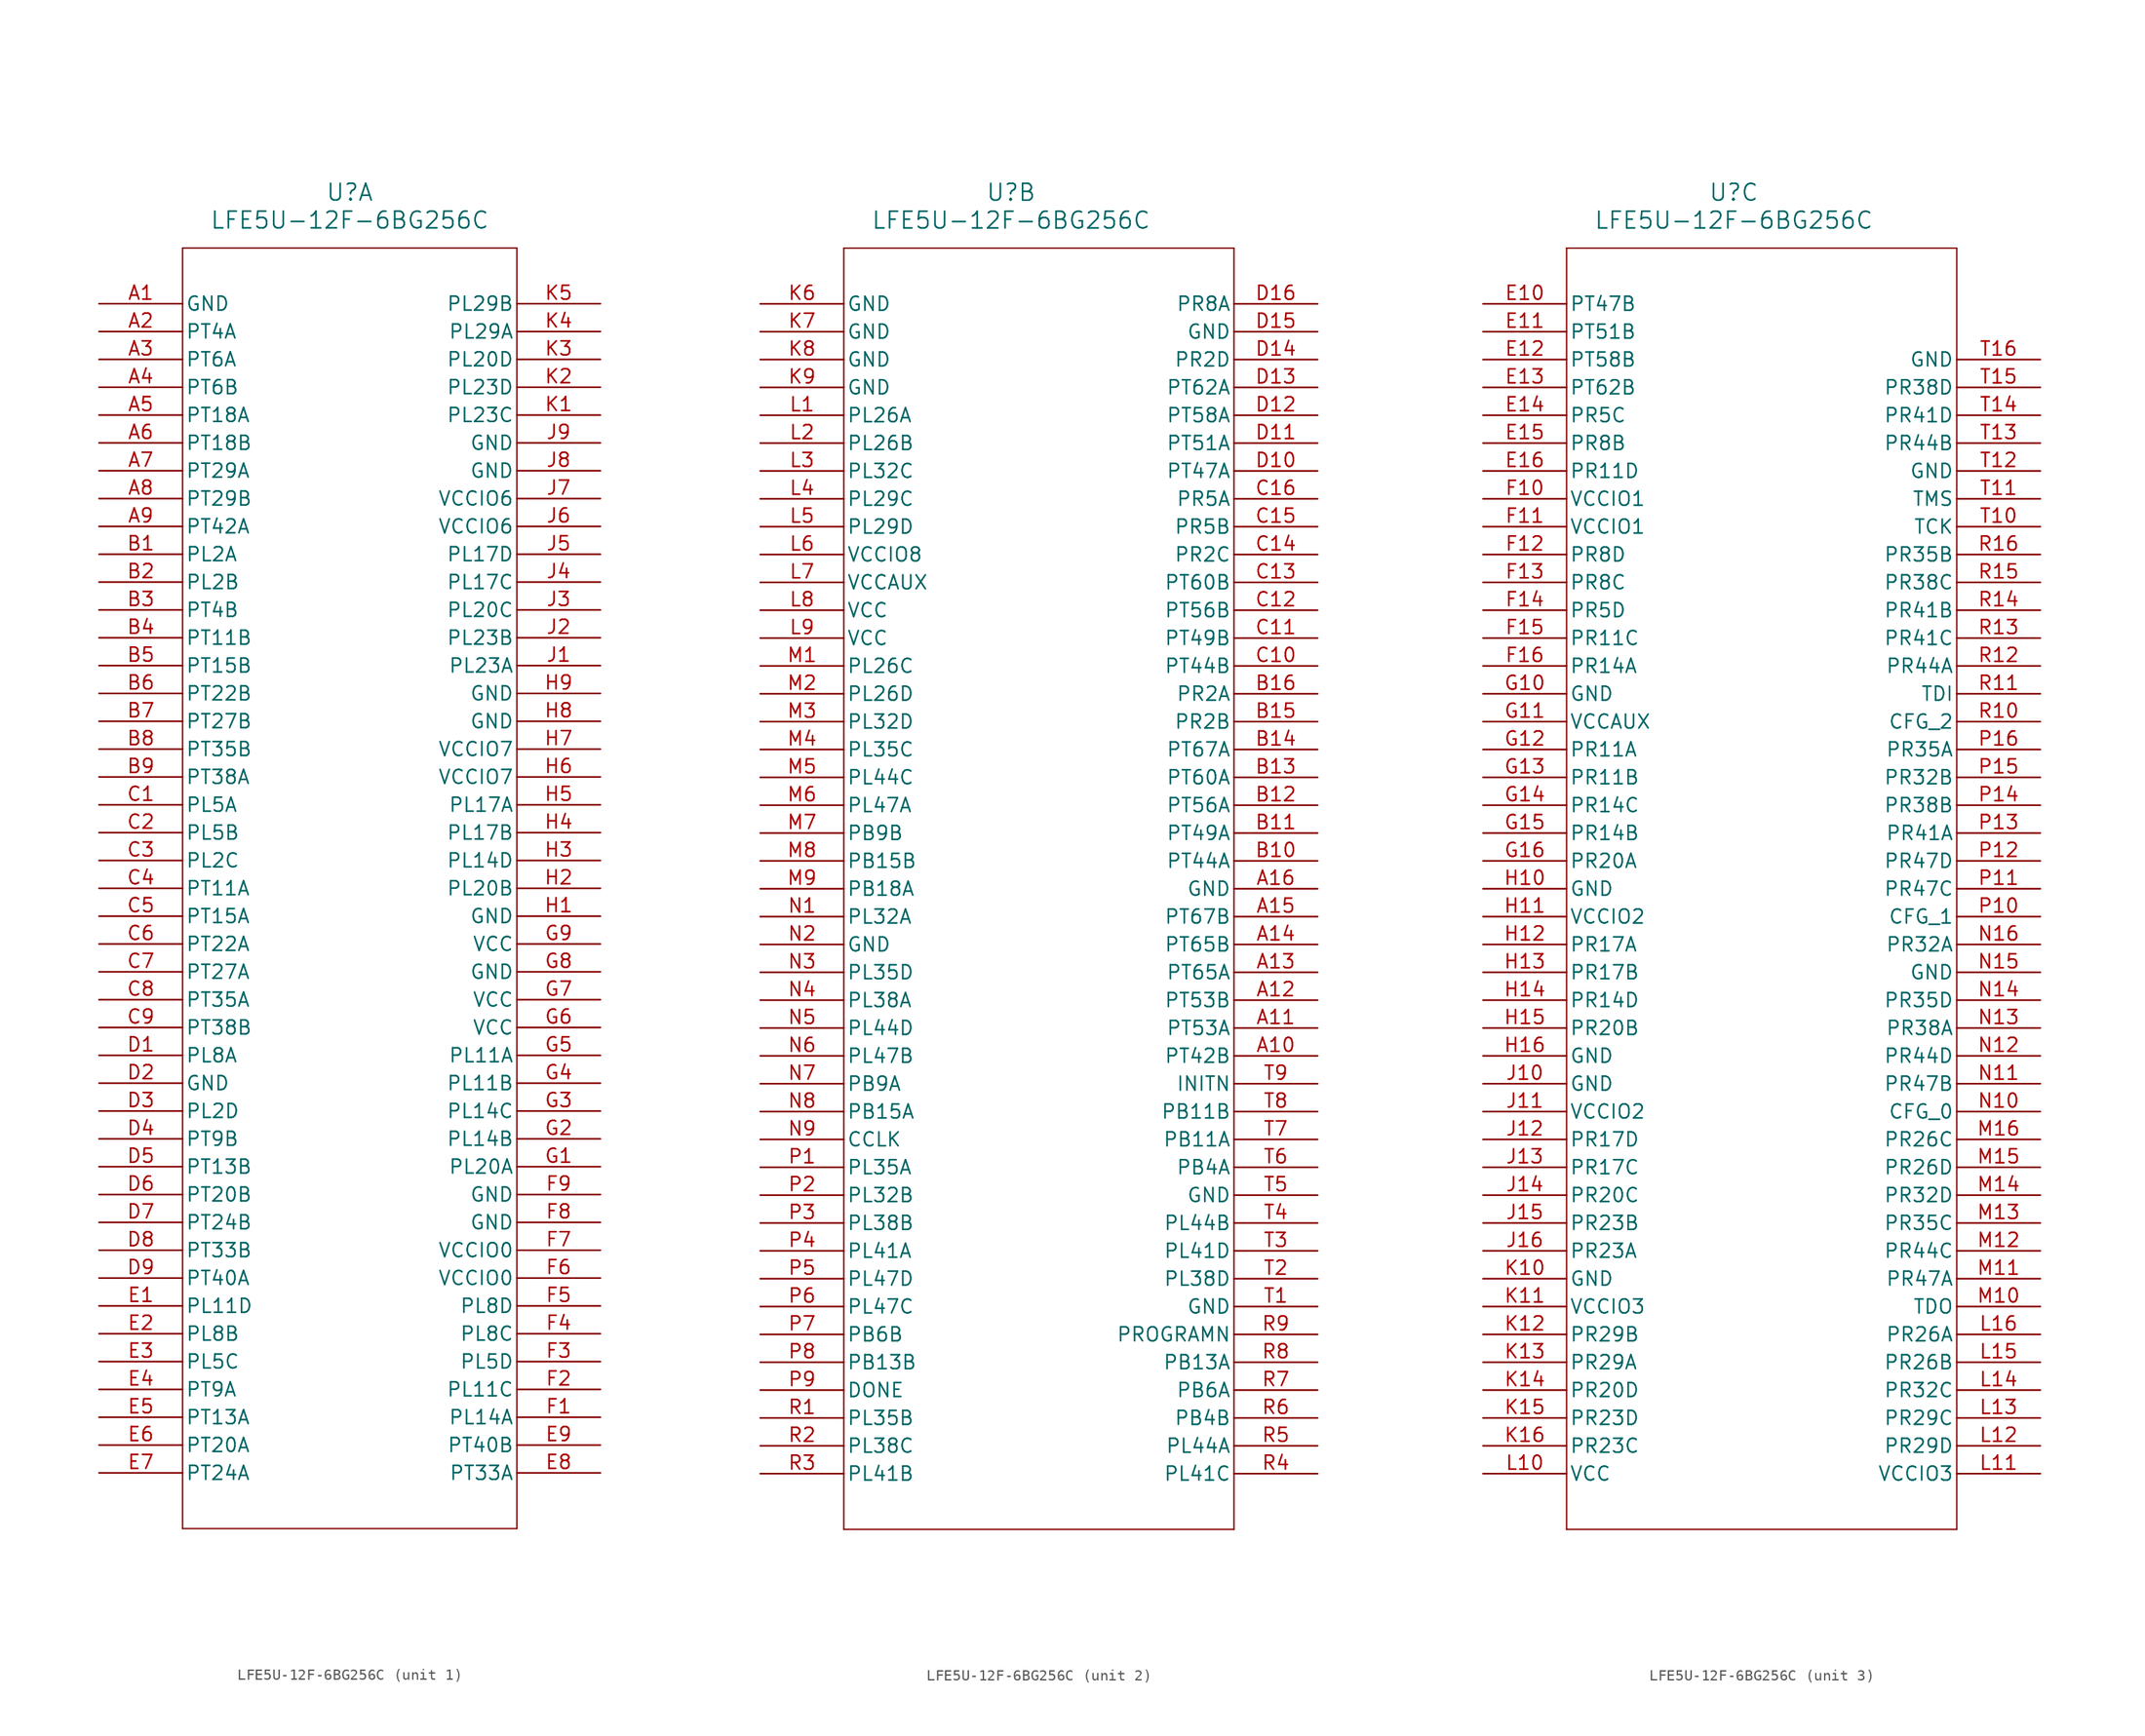
<source format=kicad_sym>
(kicad_symbol_lib
  (version 20220914)
  (generator kicad_symbol_editor)
  (symbol "LFE5U-12F-6BG256C"
    (pin_names
      (offset 0.254))
    (property "Reference" "U"
      (at 22.86 10.16 0)
      (effects (font (size 1.524 1.524))))
    (property "Value" "LFE5U-12F-6BG256C"
      (at 22.86 7.62 0)
      (effects (font (size 1.524 1.524))))
    (property "ki_locked" ""
      (at 0 0 0)
      (effects (font (size 1.27 1.27))))
    (symbol "LFE5U-12F-6BG256C_1_1"
      (polyline (pts (xy 7.62 -111.76) (xy 38.1 -111.76)) (stroke (width 0.127) (type default)) (fill (type none)))
      (polyline (pts (xy 7.62 5.08) (xy 7.62 -111.76)) (stroke (width 0.127) (type default)) (fill (type none)))
      (polyline (pts (xy 38.1 -111.76) (xy 38.1 5.08)) (stroke (width 0.127) (type default)) (fill (type none)))
      (polyline (pts (xy 38.1 5.08) (xy 7.62 5.08)) (stroke (width 0.127) (type default)) (fill (type none)))
      (pin power_out line (at 0 0 0) (length 7.62) (name "GND" (effects (font (size 1.27 1.27)))) (number "A1" (effects (font (size 1.27 1.27)))))
      (pin bidirectional line (at 0 -2.54 0) (length 7.62) (name "PT4A" (effects (font (size 1.27 1.27)))) (number "A2" (effects (font (size 1.27 1.27)))))
      (pin bidirectional line (at 0 -5.08 0) (length 7.62) (name "PT6A" (effects (font (size 1.27 1.27)))) (number "A3" (effects (font (size 1.27 1.27)))))
      (pin bidirectional line (at 0 -7.62 0) (length 7.62) (name "PT6B" (effects (font (size 1.27 1.27)))) (number "A4" (effects (font (size 1.27 1.27)))))
      (pin bidirectional line (at 0 -10.16 0) (length 7.62) (name "PT18A" (effects (font (size 1.27 1.27)))) (number "A5" (effects (font (size 1.27 1.27)))))
      (pin bidirectional line (at 0 -12.7 0) (length 7.62) (name "PT18B" (effects (font (size 1.27 1.27)))) (number "A6" (effects (font (size 1.27 1.27)))))
      (pin bidirectional line (at 0 -15.24 0) (length 7.62) (name "PT29A" (effects (font (size 1.27 1.27)))) (number "A7" (effects (font (size 1.27 1.27)))))
      (pin bidirectional line (at 0 -17.78 0) (length 7.62) (name "PT29B" (effects (font (size 1.27 1.27)))) (number "A8" (effects (font (size 1.27 1.27)))))
      (pin bidirectional line (at 0 -20.32 0) (length 7.62) (name "PT42A" (effects (font (size 1.27 1.27)))) (number "A9" (effects (font (size 1.27 1.27)))))
      (pin bidirectional line (at 0 -22.86 0) (length 7.62) (name "PL2A" (effects (font (size 1.27 1.27)))) (number "B1" (effects (font (size 1.27 1.27)))))
      (pin bidirectional line (at 0 -25.4 0) (length 7.62) (name "PL2B" (effects (font (size 1.27 1.27)))) (number "B2" (effects (font (size 1.27 1.27)))))
      (pin bidirectional line (at 0 -27.94 0) (length 7.62) (name "PT4B" (effects (font (size 1.27 1.27)))) (number "B3" (effects (font (size 1.27 1.27)))))
      (pin bidirectional line (at 0 -30.48 0) (length 7.62) (name "PT11B" (effects (font (size 1.27 1.27)))) (number "B4" (effects (font (size 1.27 1.27)))))
      (pin bidirectional line (at 0 -33.02 0) (length 7.62) (name "PT15B" (effects (font (size 1.27 1.27)))) (number "B5" (effects (font (size 1.27 1.27)))))
      (pin bidirectional line (at 0 -35.56 0) (length 7.62) (name "PT22B" (effects (font (size 1.27 1.27)))) (number "B6" (effects (font (size 1.27 1.27)))))
      (pin bidirectional line (at 0 -38.1 0) (length 7.62) (name "PT27B" (effects (font (size 1.27 1.27)))) (number "B7" (effects (font (size 1.27 1.27)))))
      (pin bidirectional line (at 0 -40.64 0) (length 7.62) (name "PT35B" (effects (font (size 1.27 1.27)))) (number "B8" (effects (font (size 1.27 1.27)))))
      (pin bidirectional line (at 0 -43.18 0) (length 7.62) (name "PT38A" (effects (font (size 1.27 1.27)))) (number "B9" (effects (font (size 1.27 1.27)))))
      (pin bidirectional line (at 0 -45.72 0) (length 7.62) (name "PL5A" (effects (font (size 1.27 1.27)))) (number "C1" (effects (font (size 1.27 1.27)))))
      (pin bidirectional line (at 0 -48.26 0) (length 7.62) (name "PL5B" (effects (font (size 1.27 1.27)))) (number "C2" (effects (font (size 1.27 1.27)))))
      (pin bidirectional line (at 0 -50.8 0) (length 7.62) (name "PL2C" (effects (font (size 1.27 1.27)))) (number "C3" (effects (font (size 1.27 1.27)))))
      (pin bidirectional line (at 0 -53.34 0) (length 7.62) (name "PT11A" (effects (font (size 1.27 1.27)))) (number "C4" (effects (font (size 1.27 1.27)))))
      (pin bidirectional line (at 0 -55.88 0) (length 7.62) (name "PT15A" (effects (font (size 1.27 1.27)))) (number "C5" (effects (font (size 1.27 1.27)))))
      (pin bidirectional line (at 0 -58.42 0) (length 7.62) (name "PT22A" (effects (font (size 1.27 1.27)))) (number "C6" (effects (font (size 1.27 1.27)))))
      (pin bidirectional line (at 0 -60.96 0) (length 7.62) (name "PT27A" (effects (font (size 1.27 1.27)))) (number "C7" (effects (font (size 1.27 1.27)))))
      (pin bidirectional line (at 0 -63.5 0) (length 7.62) (name "PT35A" (effects (font (size 1.27 1.27)))) (number "C8" (effects (font (size 1.27 1.27)))))
      (pin bidirectional line (at 0 -66.04 0) (length 7.62) (name "PT38B" (effects (font (size 1.27 1.27)))) (number "C9" (effects (font (size 1.27 1.27)))))
      (pin bidirectional line (at 0 -68.58 0) (length 7.62) (name "PL8A" (effects (font (size 1.27 1.27)))) (number "D1" (effects (font (size 1.27 1.27)))))
      (pin power_out line (at 0 -71.12 0) (length 7.62) (name "GND" (effects (font (size 1.27 1.27)))) (number "D2" (effects (font (size 1.27 1.27)))))
      (pin bidirectional line (at 0 -73.66 0) (length 7.62) (name "PL2D" (effects (font (size 1.27 1.27)))) (number "D3" (effects (font (size 1.27 1.27)))))
      (pin bidirectional line (at 0 -76.2 0) (length 7.62) (name "PT9B" (effects (font (size 1.27 1.27)))) (number "D4" (effects (font (size 1.27 1.27)))))
      (pin bidirectional line (at 0 -78.74 0) (length 7.62) (name "PT13B" (effects (font (size 1.27 1.27)))) (number "D5" (effects (font (size 1.27 1.27)))))
      (pin bidirectional line (at 0 -81.28 0) (length 7.62) (name "PT20B" (effects (font (size 1.27 1.27)))) (number "D6" (effects (font (size 1.27 1.27)))))
      (pin bidirectional line (at 0 -83.82 0) (length 7.62) (name "PT24B" (effects (font (size 1.27 1.27)))) (number "D7" (effects (font (size 1.27 1.27)))))
      (pin bidirectional line (at 0 -86.36 0) (length 7.62) (name "PT33B" (effects (font (size 1.27 1.27)))) (number "D8" (effects (font (size 1.27 1.27)))))
      (pin bidirectional line (at 0 -88.9 0) (length 7.62) (name "PT40A" (effects (font (size 1.27 1.27)))) (number "D9" (effects (font (size 1.27 1.27)))))
      (pin bidirectional line (at 0 -91.44 0) (length 7.62) (name "PL11D" (effects (font (size 1.27 1.27)))) (number "E1" (effects (font (size 1.27 1.27)))))
      (pin bidirectional line (at 0 -93.98 0) (length 7.62) (name "PL8B" (effects (font (size 1.27 1.27)))) (number "E2" (effects (font (size 1.27 1.27)))))
      (pin bidirectional line (at 0 -96.52 0) (length 7.62) (name "PL5C" (effects (font (size 1.27 1.27)))) (number "E3" (effects (font (size 1.27 1.27)))))
      (pin bidirectional line (at 0 -99.06 0) (length 7.62) (name "PT9A" (effects (font (size 1.27 1.27)))) (number "E4" (effects (font (size 1.27 1.27)))))
      (pin bidirectional line (at 0 -101.6 0) (length 7.62) (name "PT13A" (effects (font (size 1.27 1.27)))) (number "E5" (effects (font (size 1.27 1.27)))))
      (pin bidirectional line (at 0 -104.14 0) (length 7.62) (name "PT20A" (effects (font (size 1.27 1.27)))) (number "E6" (effects (font (size 1.27 1.27)))))
      (pin bidirectional line (at 0 -106.68 0) (length 7.62) (name "PT24A" (effects (font (size 1.27 1.27)))) (number "E7" (effects (font (size 1.27 1.27)))))
      (pin bidirectional line (at 45.72 -106.68 180) (length 7.62) (name "PT33A" (effects (font (size 1.27 1.27)))) (number "E8" (effects (font (size 1.27 1.27)))))
      (pin bidirectional line (at 45.72 -104.14 180) (length 7.62) (name "PT40B" (effects (font (size 1.27 1.27)))) (number "E9" (effects (font (size 1.27 1.27)))))
      (pin bidirectional line (at 45.72 -101.6 180) (length 7.62) (name "PL14A" (effects (font (size 1.27 1.27)))) (number "F1" (effects (font (size 1.27 1.27)))))
      (pin bidirectional line (at 45.72 -99.06 180) (length 7.62) (name "PL11C" (effects (font (size 1.27 1.27)))) (number "F2" (effects (font (size 1.27 1.27)))))
      (pin bidirectional line (at 45.72 -96.52 180) (length 7.62) (name "PL5D" (effects (font (size 1.27 1.27)))) (number "F3" (effects (font (size 1.27 1.27)))))
      (pin bidirectional line (at 45.72 -93.98 180) (length 7.62) (name "PL8C" (effects (font (size 1.27 1.27)))) (number "F4" (effects (font (size 1.27 1.27)))))
      (pin bidirectional line (at 45.72 -91.44 180) (length 7.62) (name "PL8D" (effects (font (size 1.27 1.27)))) (number "F5" (effects (font (size 1.27 1.27)))))
      (pin power_in line (at 45.72 -88.9 180) (length 7.62) (name "VCCIO0" (effects (font (size 1.27 1.27)))) (number "F6" (effects (font (size 1.27 1.27)))))
      (pin power_in line (at 45.72 -86.36 180) (length 7.62) (name "VCCIO0" (effects (font (size 1.27 1.27)))) (number "F7" (effects (font (size 1.27 1.27)))))
      (pin power_out line (at 45.72 -83.82 180) (length 7.62) (name "GND" (effects (font (size 1.27 1.27)))) (number "F8" (effects (font (size 1.27 1.27)))))
      (pin power_out line (at 45.72 -81.28 180) (length 7.62) (name "GND" (effects (font (size 1.27 1.27)))) (number "F9" (effects (font (size 1.27 1.27)))))
      (pin bidirectional line (at 45.72 -78.74 180) (length 7.62) (name "PL20A" (effects (font (size 1.27 1.27)))) (number "G1" (effects (font (size 1.27 1.27)))))
      (pin bidirectional line (at 45.72 -76.2 180) (length 7.62) (name "PL14B" (effects (font (size 1.27 1.27)))) (number "G2" (effects (font (size 1.27 1.27)))))
      (pin bidirectional line (at 45.72 -73.66 180) (length 7.62) (name "PL14C" (effects (font (size 1.27 1.27)))) (number "G3" (effects (font (size 1.27 1.27)))))
      (pin bidirectional line (at 45.72 -71.12 180) (length 7.62) (name "PL11B" (effects (font (size 1.27 1.27)))) (number "G4" (effects (font (size 1.27 1.27)))))
      (pin bidirectional line (at 45.72 -68.58 180) (length 7.62) (name "PL11A" (effects (font (size 1.27 1.27)))) (number "G5" (effects (font (size 1.27 1.27)))))
      (pin power_in line (at 45.72 -66.04 180) (length 7.62) (name "VCC" (effects (font (size 1.27 1.27)))) (number "G6" (effects (font (size 1.27 1.27)))))
      (pin power_in line (at 45.72 -63.5 180) (length 7.62) (name "VCC" (effects (font (size 1.27 1.27)))) (number "G7" (effects (font (size 1.27 1.27)))))
      (pin power_out line (at 45.72 -60.96 180) (length 7.62) (name "GND" (effects (font (size 1.27 1.27)))) (number "G8" (effects (font (size 1.27 1.27)))))
      (pin power_in line (at 45.72 -58.42 180) (length 7.62) (name "VCC" (effects (font (size 1.27 1.27)))) (number "G9" (effects (font (size 1.27 1.27)))))
      (pin power_out line (at 45.72 -55.88 180) (length 7.62) (name "GND" (effects (font (size 1.27 1.27)))) (number "H1" (effects (font (size 1.27 1.27)))))
      (pin bidirectional line (at 45.72 -53.34 180) (length 7.62) (name "PL20B" (effects (font (size 1.27 1.27)))) (number "H2" (effects (font (size 1.27 1.27)))))
      (pin bidirectional line (at 45.72 -50.8 180) (length 7.62) (name "PL14D" (effects (font (size 1.27 1.27)))) (number "H3" (effects (font (size 1.27 1.27)))))
      (pin bidirectional line (at 45.72 -48.26 180) (length 7.62) (name "PL17B" (effects (font (size 1.27 1.27)))) (number "H4" (effects (font (size 1.27 1.27)))))
      (pin bidirectional line (at 45.72 -45.72 180) (length 7.62) (name "PL17A" (effects (font (size 1.27 1.27)))) (number "H5" (effects (font (size 1.27 1.27)))))
      (pin power_in line (at 45.72 -43.18 180) (length 7.62) (name "VCCIO7" (effects (font (size 1.27 1.27)))) (number "H6" (effects (font (size 1.27 1.27)))))
      (pin power_in line (at 45.72 -40.64 180) (length 7.62) (name "VCCIO7" (effects (font (size 1.27 1.27)))) (number "H7" (effects (font (size 1.27 1.27)))))
      (pin power_out line (at 45.72 -38.1 180) (length 7.62) (name "GND" (effects (font (size 1.27 1.27)))) (number "H8" (effects (font (size 1.27 1.27)))))
      (pin power_out line (at 45.72 -35.56 180) (length 7.62) (name "GND" (effects (font (size 1.27 1.27)))) (number "H9" (effects (font (size 1.27 1.27)))))
      (pin bidirectional line (at 45.72 -33.02 180) (length 7.62) (name "PL23A" (effects (font (size 1.27 1.27)))) (number "J1" (effects (font (size 1.27 1.27)))))
      (pin bidirectional line (at 45.72 -30.48 180) (length 7.62) (name "PL23B" (effects (font (size 1.27 1.27)))) (number "J2" (effects (font (size 1.27 1.27)))))
      (pin bidirectional line (at 45.72 -27.94 180) (length 7.62) (name "PL20C" (effects (font (size 1.27 1.27)))) (number "J3" (effects (font (size 1.27 1.27)))))
      (pin bidirectional line (at 45.72 -25.4 180) (length 7.62) (name "PL17C" (effects (font (size 1.27 1.27)))) (number "J4" (effects (font (size 1.27 1.27)))))
      (pin bidirectional line (at 45.72 -22.86 180) (length 7.62) (name "PL17D" (effects (font (size 1.27 1.27)))) (number "J5" (effects (font (size 1.27 1.27)))))
      (pin power_in line (at 45.72 -20.32 180) (length 7.62) (name "VCCIO6" (effects (font (size 1.27 1.27)))) (number "J6" (effects (font (size 1.27 1.27)))))
      (pin power_in line (at 45.72 -17.78 180) (length 7.62) (name "VCCIO6" (effects (font (size 1.27 1.27)))) (number "J7" (effects (font (size 1.27 1.27)))))
      (pin power_out line (at 45.72 -15.24 180) (length 7.62) (name "GND" (effects (font (size 1.27 1.27)))) (number "J8" (effects (font (size 1.27 1.27)))))
      (pin power_out line (at 45.72 -12.7 180) (length 7.62) (name "GND" (effects (font (size 1.27 1.27)))) (number "J9" (effects (font (size 1.27 1.27)))))
      (pin bidirectional line (at 45.72 -10.16 180) (length 7.62) (name "PL23C" (effects (font (size 1.27 1.27)))) (number "K1" (effects (font (size 1.27 1.27)))))
      (pin bidirectional line (at 45.72 -7.62 180) (length 7.62) (name "PL23D" (effects (font (size 1.27 1.27)))) (number "K2" (effects (font (size 1.27 1.27)))))
      (pin bidirectional line (at 45.72 -5.08 180) (length 7.62) (name "PL20D" (effects (font (size 1.27 1.27)))) (number "K3" (effects (font (size 1.27 1.27)))))
      (pin bidirectional line (at 45.72 -2.54 180) (length 7.62) (name "PL29A" (effects (font (size 1.27 1.27)))) (number "K4" (effects (font (size 1.27 1.27)))))
      (pin bidirectional line (at 45.72 0 180) (length 7.62) (name "PL29B" (effects (font (size 1.27 1.27)))) (number "K5" (effects (font (size 1.27 1.27))))))
    (symbol "LFE5U-12F-6BG256C_2_1"
      (polyline (pts (xy 7.62 -111.76) (xy 43.18 -111.76)) (stroke (width 0.127) (type default)) (fill (type none)))
      (polyline (pts (xy 7.62 5.08) (xy 7.62 -111.76)) (stroke (width 0.127) (type default)) (fill (type none)))
      (polyline (pts (xy 43.18 -111.76) (xy 43.18 5.08)) (stroke (width 0.127) (type default)) (fill (type none)))
      (polyline (pts (xy 43.18 5.08) (xy 7.62 5.08)) (stroke (width 0.127) (type default)) (fill (type none)))
      (pin bidirectional line (at 50.8 -68.58 180) (length 7.62) (name "PT42B" (effects (font (size 1.27 1.27)))) (number "A10" (effects (font (size 1.27 1.27)))))
      (pin bidirectional line (at 50.8 -66.04 180) (length 7.62) (name "PT53A" (effects (font (size 1.27 1.27)))) (number "A11" (effects (font (size 1.27 1.27)))))
      (pin bidirectional line (at 50.8 -63.5 180) (length 7.62) (name "PT53B" (effects (font (size 1.27 1.27)))) (number "A12" (effects (font (size 1.27 1.27)))))
      (pin bidirectional line (at 50.8 -60.96 180) (length 7.62) (name "PT65A" (effects (font (size 1.27 1.27)))) (number "A13" (effects (font (size 1.27 1.27)))))
      (pin bidirectional line (at 50.8 -58.42 180) (length 7.62) (name "PT65B" (effects (font (size 1.27 1.27)))) (number "A14" (effects (font (size 1.27 1.27)))))
      (pin bidirectional line (at 50.8 -55.88 180) (length 7.62) (name "PT67B" (effects (font (size 1.27 1.27)))) (number "A15" (effects (font (size 1.27 1.27)))))
      (pin power_out line (at 50.8 -53.34 180) (length 7.62) (name "GND" (effects (font (size 1.27 1.27)))) (number "A16" (effects (font (size 1.27 1.27)))))
      (pin bidirectional line (at 50.8 -50.8 180) (length 7.62) (name "PT44A" (effects (font (size 1.27 1.27)))) (number "B10" (effects (font (size 1.27 1.27)))))
      (pin bidirectional line (at 50.8 -48.26 180) (length 7.62) (name "PT49A" (effects (font (size 1.27 1.27)))) (number "B11" (effects (font (size 1.27 1.27)))))
      (pin bidirectional line (at 50.8 -45.72 180) (length 7.62) (name "PT56A" (effects (font (size 1.27 1.27)))) (number "B12" (effects (font (size 1.27 1.27)))))
      (pin bidirectional line (at 50.8 -43.18 180) (length 7.62) (name "PT60A" (effects (font (size 1.27 1.27)))) (number "B13" (effects (font (size 1.27 1.27)))))
      (pin bidirectional line (at 50.8 -40.64 180) (length 7.62) (name "PT67A" (effects (font (size 1.27 1.27)))) (number "B14" (effects (font (size 1.27 1.27)))))
      (pin bidirectional line (at 50.8 -38.1 180) (length 7.62) (name "PR2B" (effects (font (size 1.27 1.27)))) (number "B15" (effects (font (size 1.27 1.27)))))
      (pin bidirectional line (at 50.8 -35.56 180) (length 7.62) (name "PR2A" (effects (font (size 1.27 1.27)))) (number "B16" (effects (font (size 1.27 1.27)))))
      (pin bidirectional line (at 50.8 -33.02 180) (length 7.62) (name "PT44B" (effects (font (size 1.27 1.27)))) (number "C10" (effects (font (size 1.27 1.27)))))
      (pin bidirectional line (at 50.8 -30.48 180) (length 7.62) (name "PT49B" (effects (font (size 1.27 1.27)))) (number "C11" (effects (font (size 1.27 1.27)))))
      (pin bidirectional line (at 50.8 -27.94 180) (length 7.62) (name "PT56B" (effects (font (size 1.27 1.27)))) (number "C12" (effects (font (size 1.27 1.27)))))
      (pin bidirectional line (at 50.8 -25.4 180) (length 7.62) (name "PT60B" (effects (font (size 1.27 1.27)))) (number "C13" (effects (font (size 1.27 1.27)))))
      (pin bidirectional line (at 50.8 -22.86 180) (length 7.62) (name "PR2C" (effects (font (size 1.27 1.27)))) (number "C14" (effects (font (size 1.27 1.27)))))
      (pin bidirectional line (at 50.8 -20.32 180) (length 7.62) (name "PR5B" (effects (font (size 1.27 1.27)))) (number "C15" (effects (font (size 1.27 1.27)))))
      (pin bidirectional line (at 50.8 -17.78 180) (length 7.62) (name "PR5A" (effects (font (size 1.27 1.27)))) (number "C16" (effects (font (size 1.27 1.27)))))
      (pin bidirectional line (at 50.8 -15.24 180) (length 7.62) (name "PT47A" (effects (font (size 1.27 1.27)))) (number "D10" (effects (font (size 1.27 1.27)))))
      (pin bidirectional line (at 50.8 -12.7 180) (length 7.62) (name "PT51A" (effects (font (size 1.27 1.27)))) (number "D11" (effects (font (size 1.27 1.27)))))
      (pin bidirectional line (at 50.8 -10.16 180) (length 7.62) (name "PT58A" (effects (font (size 1.27 1.27)))) (number "D12" (effects (font (size 1.27 1.27)))))
      (pin bidirectional line (at 50.8 -7.62 180) (length 7.62) (name "PT62A" (effects (font (size 1.27 1.27)))) (number "D13" (effects (font (size 1.27 1.27)))))
      (pin bidirectional line (at 50.8 -5.08 180) (length 7.62) (name "PR2D" (effects (font (size 1.27 1.27)))) (number "D14" (effects (font (size 1.27 1.27)))))
      (pin power_out line (at 50.8 -2.54 180) (length 7.62) (name "GND" (effects (font (size 1.27 1.27)))) (number "D15" (effects (font (size 1.27 1.27)))))
      (pin bidirectional line (at 50.8 0 180) (length 7.62) (name "PR8A" (effects (font (size 1.27 1.27)))) (number "D16" (effects (font (size 1.27 1.27)))))
      (pin power_out line (at 0 0 0) (length 7.62) (name "GND" (effects (font (size 1.27 1.27)))) (number "K6" (effects (font (size 1.27 1.27)))))
      (pin power_out line (at 0 -2.54 0) (length 7.62) (name "GND" (effects (font (size 1.27 1.27)))) (number "K7" (effects (font (size 1.27 1.27)))))
      (pin power_out line (at 0 -5.08 0) (length 7.62) (name "GND" (effects (font (size 1.27 1.27)))) (number "K8" (effects (font (size 1.27 1.27)))))
      (pin power_out line (at 0 -7.62 0) (length 7.62) (name "GND" (effects (font (size 1.27 1.27)))) (number "K9" (effects (font (size 1.27 1.27)))))
      (pin bidirectional line (at 0 -10.16 0) (length 7.62) (name "PL26A" (effects (font (size 1.27 1.27)))) (number "L1" (effects (font (size 1.27 1.27)))))
      (pin bidirectional line (at 0 -12.7 0) (length 7.62) (name "PL26B" (effects (font (size 1.27 1.27)))) (number "L2" (effects (font (size 1.27 1.27)))))
      (pin bidirectional line (at 0 -15.24 0) (length 7.62) (name "PL32C" (effects (font (size 1.27 1.27)))) (number "L3" (effects (font (size 1.27 1.27)))))
      (pin bidirectional line (at 0 -17.78 0) (length 7.62) (name "PL29C" (effects (font (size 1.27 1.27)))) (number "L4" (effects (font (size 1.27 1.27)))))
      (pin bidirectional line (at 0 -20.32 0) (length 7.62) (name "PL29D" (effects (font (size 1.27 1.27)))) (number "L5" (effects (font (size 1.27 1.27)))))
      (pin power_in line (at 0 -22.86 0) (length 7.62) (name "VCCIO8" (effects (font (size 1.27 1.27)))) (number "L6" (effects (font (size 1.27 1.27)))))
      (pin power_in line (at 0 -25.4 0) (length 7.62) (name "VCCAUX" (effects (font (size 1.27 1.27)))) (number "L7" (effects (font (size 1.27 1.27)))))
      (pin power_in line (at 0 -27.94 0) (length 7.62) (name "VCC" (effects (font (size 1.27 1.27)))) (number "L8" (effects (font (size 1.27 1.27)))))
      (pin power_in line (at 0 -30.48 0) (length 7.62) (name "VCC" (effects (font (size 1.27 1.27)))) (number "L9" (effects (font (size 1.27 1.27)))))
      (pin bidirectional line (at 0 -33.02 0) (length 7.62) (name "PL26C" (effects (font (size 1.27 1.27)))) (number "M1" (effects (font (size 1.27 1.27)))))
      (pin bidirectional line (at 0 -35.56 0) (length 7.62) (name "PL26D" (effects (font (size 1.27 1.27)))) (number "M2" (effects (font (size 1.27 1.27)))))
      (pin bidirectional line (at 0 -38.1 0) (length 7.62) (name "PL32D" (effects (font (size 1.27 1.27)))) (number "M3" (effects (font (size 1.27 1.27)))))
      (pin bidirectional line (at 0 -40.64 0) (length 7.62) (name "PL35C" (effects (font (size 1.27 1.27)))) (number "M4" (effects (font (size 1.27 1.27)))))
      (pin bidirectional line (at 0 -43.18 0) (length 7.62) (name "PL44C" (effects (font (size 1.27 1.27)))) (number "M5" (effects (font (size 1.27 1.27)))))
      (pin bidirectional line (at 0 -45.72 0) (length 7.62) (name "PL47A" (effects (font (size 1.27 1.27)))) (number "M6" (effects (font (size 1.27 1.27)))))
      (pin bidirectional line (at 0 -48.26 0) (length 7.62) (name "PB9B" (effects (font (size 1.27 1.27)))) (number "M7" (effects (font (size 1.27 1.27)))))
      (pin bidirectional line (at 0 -50.8 0) (length 7.62) (name "PB15B" (effects (font (size 1.27 1.27)))) (number "M8" (effects (font (size 1.27 1.27)))))
      (pin bidirectional line (at 0 -53.34 0) (length 7.62) (name "PB18A" (effects (font (size 1.27 1.27)))) (number "M9" (effects (font (size 1.27 1.27)))))
      (pin bidirectional line (at 0 -55.88 0) (length 7.62) (name "PL32A" (effects (font (size 1.27 1.27)))) (number "N1" (effects (font (size 1.27 1.27)))))
      (pin power_out line (at 0 -58.42 0) (length 7.62) (name "GND" (effects (font (size 1.27 1.27)))) (number "N2" (effects (font (size 1.27 1.27)))))
      (pin bidirectional line (at 0 -60.96 0) (length 7.62) (name "PL35D" (effects (font (size 1.27 1.27)))) (number "N3" (effects (font (size 1.27 1.27)))))
      (pin bidirectional line (at 0 -63.5 0) (length 7.62) (name "PL38A" (effects (font (size 1.27 1.27)))) (number "N4" (effects (font (size 1.27 1.27)))))
      (pin bidirectional line (at 0 -66.04 0) (length 7.62) (name "PL44D" (effects (font (size 1.27 1.27)))) (number "N5" (effects (font (size 1.27 1.27)))))
      (pin bidirectional line (at 0 -68.58 0) (length 7.62) (name "PL47B" (effects (font (size 1.27 1.27)))) (number "N6" (effects (font (size 1.27 1.27)))))
      (pin bidirectional line (at 0 -71.12 0) (length 7.62) (name "PB9A" (effects (font (size 1.27 1.27)))) (number "N7" (effects (font (size 1.27 1.27)))))
      (pin bidirectional line (at 0 -73.66 0) (length 7.62) (name "PB15A" (effects (font (size 1.27 1.27)))) (number "N8" (effects (font (size 1.27 1.27)))))
      (pin bidirectional line (at 0 -76.2 0) (length 7.62) (name "CCLK" (effects (font (size 1.27 1.27)))) (number "N9" (effects (font (size 1.27 1.27)))))
      (pin bidirectional line (at 0 -78.74 0) (length 7.62) (name "PL35A" (effects (font (size 1.27 1.27)))) (number "P1" (effects (font (size 1.27 1.27)))))
      (pin bidirectional line (at 0 -81.28 0) (length 7.62) (name "PL32B" (effects (font (size 1.27 1.27)))) (number "P2" (effects (font (size 1.27 1.27)))))
      (pin bidirectional line (at 0 -83.82 0) (length 7.62) (name "PL38B" (effects (font (size 1.27 1.27)))) (number "P3" (effects (font (size 1.27 1.27)))))
      (pin bidirectional line (at 0 -86.36 0) (length 7.62) (name "PL41A" (effects (font (size 1.27 1.27)))) (number "P4" (effects (font (size 1.27 1.27)))))
      (pin bidirectional line (at 0 -88.9 0) (length 7.62) (name "PL47D" (effects (font (size 1.27 1.27)))) (number "P5" (effects (font (size 1.27 1.27)))))
      (pin bidirectional line (at 0 -91.44 0) (length 7.62) (name "PL47C" (effects (font (size 1.27 1.27)))) (number "P6" (effects (font (size 1.27 1.27)))))
      (pin bidirectional line (at 0 -93.98 0) (length 7.62) (name "PB6B" (effects (font (size 1.27 1.27)))) (number "P7" (effects (font (size 1.27 1.27)))))
      (pin bidirectional line (at 0 -96.52 0) (length 7.62) (name "PB13B" (effects (font (size 1.27 1.27)))) (number "P8" (effects (font (size 1.27 1.27)))))
      (pin bidirectional line (at 0 -99.06 0) (length 7.62) (name "DONE" (effects (font (size 1.27 1.27)))) (number "P9" (effects (font (size 1.27 1.27)))))
      (pin bidirectional line (at 0 -101.6 0) (length 7.62) (name "PL35B" (effects (font (size 1.27 1.27)))) (number "R1" (effects (font (size 1.27 1.27)))))
      (pin bidirectional line (at 0 -104.14 0) (length 7.62) (name "PL38C" (effects (font (size 1.27 1.27)))) (number "R2" (effects (font (size 1.27 1.27)))))
      (pin bidirectional line (at 0 -106.68 0) (length 7.62) (name "PL41B" (effects (font (size 1.27 1.27)))) (number "R3" (effects (font (size 1.27 1.27)))))
      (pin bidirectional line (at 50.8 -106.68 180) (length 7.62) (name "PL41C" (effects (font (size 1.27 1.27)))) (number "R4" (effects (font (size 1.27 1.27)))))
      (pin bidirectional line (at 50.8 -104.14 180) (length 7.62) (name "PL44A" (effects (font (size 1.27 1.27)))) (number "R5" (effects (font (size 1.27 1.27)))))
      (pin bidirectional line (at 50.8 -101.6 180) (length 7.62) (name "PB4B" (effects (font (size 1.27 1.27)))) (number "R6" (effects (font (size 1.27 1.27)))))
      (pin bidirectional line (at 50.8 -99.06 180) (length 7.62) (name "PB6A" (effects (font (size 1.27 1.27)))) (number "R7" (effects (font (size 1.27 1.27)))))
      (pin bidirectional line (at 50.8 -96.52 180) (length 7.62) (name "PB13A" (effects (font (size 1.27 1.27)))) (number "R8" (effects (font (size 1.27 1.27)))))
      (pin input line (at 50.8 -93.98 180) (length 7.62) (name "PROGRAMN" (effects (font (size 1.27 1.27)))) (number "R9" (effects (font (size 1.27 1.27)))))
      (pin power_out line (at 50.8 -91.44 180) (length 7.62) (name "GND" (effects (font (size 1.27 1.27)))) (number "T1" (effects (font (size 1.27 1.27)))))
      (pin bidirectional line (at 50.8 -88.9 180) (length 7.62) (name "PL38D" (effects (font (size 1.27 1.27)))) (number "T2" (effects (font (size 1.27 1.27)))))
      (pin bidirectional line (at 50.8 -86.36 180) (length 7.62) (name "PL41D" (effects (font (size 1.27 1.27)))) (number "T3" (effects (font (size 1.27 1.27)))))
      (pin bidirectional line (at 50.8 -83.82 180) (length 7.62) (name "PL44B" (effects (font (size 1.27 1.27)))) (number "T4" (effects (font (size 1.27 1.27)))))
      (pin power_out line (at 50.8 -81.28 180) (length 7.62) (name "GND" (effects (font (size 1.27 1.27)))) (number "T5" (effects (font (size 1.27 1.27)))))
      (pin bidirectional line (at 50.8 -78.74 180) (length 7.62) (name "PB4A" (effects (font (size 1.27 1.27)))) (number "T6" (effects (font (size 1.27 1.27)))))
      (pin bidirectional line (at 50.8 -76.2 180) (length 7.62) (name "PB11A" (effects (font (size 1.27 1.27)))) (number "T7" (effects (font (size 1.27 1.27)))))
      (pin bidirectional line (at 50.8 -73.66 180) (length 7.62) (name "PB11B" (effects (font (size 1.27 1.27)))) (number "T8" (effects (font (size 1.27 1.27)))))
      (pin bidirectional line (at 50.8 -71.12 180) (length 7.62) (name "INITN" (effects (font (size 1.27 1.27)))) (number "T9" (effects (font (size 1.27 1.27))))))
    (symbol "LFE5U-12F-6BG256C_3_1"
      (polyline (pts (xy 7.62 -111.76) (xy 43.18 -111.76)) (stroke (width 0.127) (type default)) (fill (type none)))
      (polyline (pts (xy 7.62 5.08) (xy 7.62 -111.76)) (stroke (width 0.127) (type default)) (fill (type none)))
      (polyline (pts (xy 43.18 -111.76) (xy 43.18 5.08)) (stroke (width 0.127) (type default)) (fill (type none)))
      (polyline (pts (xy 43.18 5.08) (xy 7.62 5.08)) (stroke (width 0.127) (type default)) (fill (type none)))
      (pin bidirectional line (at 0 0 0) (length 7.62) (name "PT47B" (effects (font (size 1.27 1.27)))) (number "E10" (effects (font (size 1.27 1.27)))))
      (pin bidirectional line (at 0 -2.54 0) (length 7.62) (name "PT51B" (effects (font (size 1.27 1.27)))) (number "E11" (effects (font (size 1.27 1.27)))))
      (pin bidirectional line (at 0 -5.08 0) (length 7.62) (name "PT58B" (effects (font (size 1.27 1.27)))) (number "E12" (effects (font (size 1.27 1.27)))))
      (pin bidirectional line (at 0 -7.62 0) (length 7.62) (name "PT62B" (effects (font (size 1.27 1.27)))) (number "E13" (effects (font (size 1.27 1.27)))))
      (pin bidirectional line (at 0 -10.16 0) (length 7.62) (name "PR5C" (effects (font (size 1.27 1.27)))) (number "E14" (effects (font (size 1.27 1.27)))))
      (pin bidirectional line (at 0 -12.7 0) (length 7.62) (name "PR8B" (effects (font (size 1.27 1.27)))) (number "E15" (effects (font (size 1.27 1.27)))))
      (pin bidirectional line (at 0 -15.24 0) (length 7.62) (name "PR11D" (effects (font (size 1.27 1.27)))) (number "E16" (effects (font (size 1.27 1.27)))))
      (pin power_in line (at 0 -17.78 0) (length 7.62) (name "VCCIO1" (effects (font (size 1.27 1.27)))) (number "F10" (effects (font (size 1.27 1.27)))))
      (pin power_in line (at 0 -20.32 0) (length 7.62) (name "VCCIO1" (effects (font (size 1.27 1.27)))) (number "F11" (effects (font (size 1.27 1.27)))))
      (pin bidirectional line (at 0 -22.86 0) (length 7.62) (name "PR8D" (effects (font (size 1.27 1.27)))) (number "F12" (effects (font (size 1.27 1.27)))))
      (pin bidirectional line (at 0 -25.4 0) (length 7.62) (name "PR8C" (effects (font (size 1.27 1.27)))) (number "F13" (effects (font (size 1.27 1.27)))))
      (pin bidirectional line (at 0 -27.94 0) (length 7.62) (name "PR5D" (effects (font (size 1.27 1.27)))) (number "F14" (effects (font (size 1.27 1.27)))))
      (pin bidirectional line (at 0 -30.48 0) (length 7.62) (name "PR11C" (effects (font (size 1.27 1.27)))) (number "F15" (effects (font (size 1.27 1.27)))))
      (pin bidirectional line (at 0 -33.02 0) (length 7.62) (name "PR14A" (effects (font (size 1.27 1.27)))) (number "F16" (effects (font (size 1.27 1.27)))))
      (pin power_out line (at 0 -35.56 0) (length 7.62) (name "GND" (effects (font (size 1.27 1.27)))) (number "G10" (effects (font (size 1.27 1.27)))))
      (pin power_in line (at 0 -38.1 0) (length 7.62) (name "VCCAUX" (effects (font (size 1.27 1.27)))) (number "G11" (effects (font (size 1.27 1.27)))))
      (pin bidirectional line (at 0 -40.64 0) (length 7.62) (name "PR11A" (effects (font (size 1.27 1.27)))) (number "G12" (effects (font (size 1.27 1.27)))))
      (pin bidirectional line (at 0 -43.18 0) (length 7.62) (name "PR11B" (effects (font (size 1.27 1.27)))) (number "G13" (effects (font (size 1.27 1.27)))))
      (pin bidirectional line (at 0 -45.72 0) (length 7.62) (name "PR14C" (effects (font (size 1.27 1.27)))) (number "G14" (effects (font (size 1.27 1.27)))))
      (pin bidirectional line (at 0 -48.26 0) (length 7.62) (name "PR14B" (effects (font (size 1.27 1.27)))) (number "G15" (effects (font (size 1.27 1.27)))))
      (pin bidirectional line (at 0 -50.8 0) (length 7.62) (name "PR20A" (effects (font (size 1.27 1.27)))) (number "G16" (effects (font (size 1.27 1.27)))))
      (pin power_out line (at 0 -53.34 0) (length 7.62) (name "GND" (effects (font (size 1.27 1.27)))) (number "H10" (effects (font (size 1.27 1.27)))))
      (pin power_in line (at 0 -55.88 0) (length 7.62) (name "VCCIO2" (effects (font (size 1.27 1.27)))) (number "H11" (effects (font (size 1.27 1.27)))))
      (pin bidirectional line (at 0 -58.42 0) (length 7.62) (name "PR17A" (effects (font (size 1.27 1.27)))) (number "H12" (effects (font (size 1.27 1.27)))))
      (pin bidirectional line (at 0 -60.96 0) (length 7.62) (name "PR17B" (effects (font (size 1.27 1.27)))) (number "H13" (effects (font (size 1.27 1.27)))))
      (pin bidirectional line (at 0 -63.5 0) (length 7.62) (name "PR14D" (effects (font (size 1.27 1.27)))) (number "H14" (effects (font (size 1.27 1.27)))))
      (pin bidirectional line (at 0 -66.04 0) (length 7.62) (name "PR20B" (effects (font (size 1.27 1.27)))) (number "H15" (effects (font (size 1.27 1.27)))))
      (pin power_out line (at 0 -68.58 0) (length 7.62) (name "GND" (effects (font (size 1.27 1.27)))) (number "H16" (effects (font (size 1.27 1.27)))))
      (pin power_out line (at 0 -71.12 0) (length 7.62) (name "GND" (effects (font (size 1.27 1.27)))) (number "J10" (effects (font (size 1.27 1.27)))))
      (pin power_in line (at 0 -73.66 0) (length 7.62) (name "VCCIO2" (effects (font (size 1.27 1.27)))) (number "J11" (effects (font (size 1.27 1.27)))))
      (pin bidirectional line (at 0 -76.2 0) (length 7.62) (name "PR17D" (effects (font (size 1.27 1.27)))) (number "J12" (effects (font (size 1.27 1.27)))))
      (pin bidirectional line (at 0 -78.74 0) (length 7.62) (name "PR17C" (effects (font (size 1.27 1.27)))) (number "J13" (effects (font (size 1.27 1.27)))))
      (pin bidirectional line (at 0 -81.28 0) (length 7.62) (name "PR20C" (effects (font (size 1.27 1.27)))) (number "J14" (effects (font (size 1.27 1.27)))))
      (pin bidirectional line (at 0 -83.82 0) (length 7.62) (name "PR23B" (effects (font (size 1.27 1.27)))) (number "J15" (effects (font (size 1.27 1.27)))))
      (pin bidirectional line (at 0 -86.36 0) (length 7.62) (name "PR23A" (effects (font (size 1.27 1.27)))) (number "J16" (effects (font (size 1.27 1.27)))))
      (pin power_out line (at 0 -88.9 0) (length 7.62) (name "GND" (effects (font (size 1.27 1.27)))) (number "K10" (effects (font (size 1.27 1.27)))))
      (pin power_in line (at 0 -91.44 0) (length 7.62) (name "VCCIO3" (effects (font (size 1.27 1.27)))) (number "K11" (effects (font (size 1.27 1.27)))))
      (pin bidirectional line (at 0 -93.98 0) (length 7.62) (name "PR29B" (effects (font (size 1.27 1.27)))) (number "K12" (effects (font (size 1.27 1.27)))))
      (pin bidirectional line (at 0 -96.52 0) (length 7.62) (name "PR29A" (effects (font (size 1.27 1.27)))) (number "K13" (effects (font (size 1.27 1.27)))))
      (pin bidirectional line (at 0 -99.06 0) (length 7.62) (name "PR20D" (effects (font (size 1.27 1.27)))) (number "K14" (effects (font (size 1.27 1.27)))))
      (pin bidirectional line (at 0 -101.6 0) (length 7.62) (name "PR23D" (effects (font (size 1.27 1.27)))) (number "K15" (effects (font (size 1.27 1.27)))))
      (pin bidirectional line (at 0 -104.14 0) (length 7.62) (name "PR23C" (effects (font (size 1.27 1.27)))) (number "K16" (effects (font (size 1.27 1.27)))))
      (pin power_in line (at 0 -106.68 0) (length 7.62) (name "VCC" (effects (font (size 1.27 1.27)))) (number "L10" (effects (font (size 1.27 1.27)))))
      (pin power_in line (at 50.8 -106.68 180) (length 7.62) (name "VCCIO3" (effects (font (size 1.27 1.27)))) (number "L11" (effects (font (size 1.27 1.27)))))
      (pin bidirectional line (at 50.8 -104.14 180) (length 7.62) (name "PR29D" (effects (font (size 1.27 1.27)))) (number "L12" (effects (font (size 1.27 1.27)))))
      (pin bidirectional line (at 50.8 -101.6 180) (length 7.62) (name "PR29C" (effects (font (size 1.27 1.27)))) (number "L13" (effects (font (size 1.27 1.27)))))
      (pin bidirectional line (at 50.8 -99.06 180) (length 7.62) (name "PR32C" (effects (font (size 1.27 1.27)))) (number "L14" (effects (font (size 1.27 1.27)))))
      (pin bidirectional line (at 50.8 -96.52 180) (length 7.62) (name "PR26B" (effects (font (size 1.27 1.27)))) (number "L15" (effects (font (size 1.27 1.27)))))
      (pin bidirectional line (at 50.8 -93.98 180) (length 7.62) (name "PR26A" (effects (font (size 1.27 1.27)))) (number "L16" (effects (font (size 1.27 1.27)))))
      (pin output line (at 50.8 -91.44 180) (length 7.62) (name "TDO" (effects (font (size 1.27 1.27)))) (number "M10" (effects (font (size 1.27 1.27)))))
      (pin bidirectional line (at 50.8 -88.9 180) (length 7.62) (name "PR47A" (effects (font (size 1.27 1.27)))) (number "M11" (effects (font (size 1.27 1.27)))))
      (pin bidirectional line (at 50.8 -86.36 180) (length 7.62) (name "PR44C" (effects (font (size 1.27 1.27)))) (number "M12" (effects (font (size 1.27 1.27)))))
      (pin bidirectional line (at 50.8 -83.82 180) (length 7.62) (name "PR35C" (effects (font (size 1.27 1.27)))) (number "M13" (effects (font (size 1.27 1.27)))))
      (pin bidirectional line (at 50.8 -81.28 180) (length 7.62) (name "PR32D" (effects (font (size 1.27 1.27)))) (number "M14" (effects (font (size 1.27 1.27)))))
      (pin bidirectional line (at 50.8 -78.74 180) (length 7.62) (name "PR26D" (effects (font (size 1.27 1.27)))) (number "M15" (effects (font (size 1.27 1.27)))))
      (pin bidirectional line (at 50.8 -76.2 180) (length 7.62) (name "PR26C" (effects (font (size 1.27 1.27)))) (number "M16" (effects (font (size 1.27 1.27)))))
      (pin input line (at 50.8 -73.66 180) (length 7.62) (name "CFG_0" (effects (font (size 1.27 1.27)))) (number "N10" (effects (font (size 1.27 1.27)))))
      (pin bidirectional line (at 50.8 -71.12 180) (length 7.62) (name "PR47B" (effects (font (size 1.27 1.27)))) (number "N11" (effects (font (size 1.27 1.27)))))
      (pin bidirectional line (at 50.8 -68.58 180) (length 7.62) (name "PR44D" (effects (font (size 1.27 1.27)))) (number "N12" (effects (font (size 1.27 1.27)))))
      (pin bidirectional line (at 50.8 -66.04 180) (length 7.62) (name "PR38A" (effects (font (size 1.27 1.27)))) (number "N13" (effects (font (size 1.27 1.27)))))
      (pin bidirectional line (at 50.8 -63.5 180) (length 7.62) (name "PR35D" (effects (font (size 1.27 1.27)))) (number "N14" (effects (font (size 1.27 1.27)))))
      (pin power_out line (at 50.8 -60.96 180) (length 7.62) (name "GND" (effects (font (size 1.27 1.27)))) (number "N15" (effects (font (size 1.27 1.27)))))
      (pin bidirectional line (at 50.8 -58.42 180) (length 7.62) (name "PR32A" (effects (font (size 1.27 1.27)))) (number "N16" (effects (font (size 1.27 1.27)))))
      (pin input line (at 50.8 -55.88 180) (length 7.62) (name "CFG_1" (effects (font (size 1.27 1.27)))) (number "P10" (effects (font (size 1.27 1.27)))))
      (pin bidirectional line (at 50.8 -53.34 180) (length 7.62) (name "PR47C" (effects (font (size 1.27 1.27)))) (number "P11" (effects (font (size 1.27 1.27)))))
      (pin bidirectional line (at 50.8 -50.8 180) (length 7.62) (name "PR47D" (effects (font (size 1.27 1.27)))) (number "P12" (effects (font (size 1.27 1.27)))))
      (pin bidirectional line (at 50.8 -48.26 180) (length 7.62) (name "PR41A" (effects (font (size 1.27 1.27)))) (number "P13" (effects (font (size 1.27 1.27)))))
      (pin bidirectional line (at 50.8 -45.72 180) (length 7.62) (name "PR38B" (effects (font (size 1.27 1.27)))) (number "P14" (effects (font (size 1.27 1.27)))))
      (pin bidirectional line (at 50.8 -43.18 180) (length 7.62) (name "PR32B" (effects (font (size 1.27 1.27)))) (number "P15" (effects (font (size 1.27 1.27)))))
      (pin bidirectional line (at 50.8 -40.64 180) (length 7.62) (name "PR35A" (effects (font (size 1.27 1.27)))) (number "P16" (effects (font (size 1.27 1.27)))))
      (pin input line (at 50.8 -38.1 180) (length 7.62) (name "CFG_2" (effects (font (size 1.27 1.27)))) (number "R10" (effects (font (size 1.27 1.27)))))
      (pin input line (at 50.8 -35.56 180) (length 7.62) (name "TDI" (effects (font (size 1.27 1.27)))) (number "R11" (effects (font (size 1.27 1.27)))))
      (pin bidirectional line (at 50.8 -33.02 180) (length 7.62) (name "PR44A" (effects (font (size 1.27 1.27)))) (number "R12" (effects (font (size 1.27 1.27)))))
      (pin bidirectional line (at 50.8 -30.48 180) (length 7.62) (name "PR41C" (effects (font (size 1.27 1.27)))) (number "R13" (effects (font (size 1.27 1.27)))))
      (pin bidirectional line (at 50.8 -27.94 180) (length 7.62) (name "PR41B" (effects (font (size 1.27 1.27)))) (number "R14" (effects (font (size 1.27 1.27)))))
      (pin bidirectional line (at 50.8 -25.4 180) (length 7.62) (name "PR38C" (effects (font (size 1.27 1.27)))) (number "R15" (effects (font (size 1.27 1.27)))))
      (pin bidirectional line (at 50.8 -22.86 180) (length 7.62) (name "PR35B" (effects (font (size 1.27 1.27)))) (number "R16" (effects (font (size 1.27 1.27)))))
      (pin input line (at 50.8 -20.32 180) (length 7.62) (name "TCK" (effects (font (size 1.27 1.27)))) (number "T10" (effects (font (size 1.27 1.27)))))
      (pin input line (at 50.8 -17.78 180) (length 7.62) (name "TMS" (effects (font (size 1.27 1.27)))) (number "T11" (effects (font (size 1.27 1.27)))))
      (pin power_out line (at 50.8 -15.24 180) (length 7.62) (name "GND" (effects (font (size 1.27 1.27)))) (number "T12" (effects (font (size 1.27 1.27)))))
      (pin bidirectional line (at 50.8 -12.7 180) (length 7.62) (name "PR44B" (effects (font (size 1.27 1.27)))) (number "T13" (effects (font (size 1.27 1.27)))))
      (pin bidirectional line (at 50.8 -10.16 180) (length 7.62) (name "PR41D" (effects (font (size 1.27 1.27)))) (number "T14" (effects (font (size 1.27 1.27)))))
      (pin bidirectional line (at 50.8 -7.62 180) (length 7.62) (name "PR38D" (effects (font (size 1.27 1.27)))) (number "T15" (effects (font (size 1.27 1.27)))))
      (pin power_out line (at 50.8 -5.08 180) (length 7.62) (name "GND" (effects (font (size 1.27 1.27)))) (number "T16" (effects (font (size 1.27 1.27))))))))
</source>
